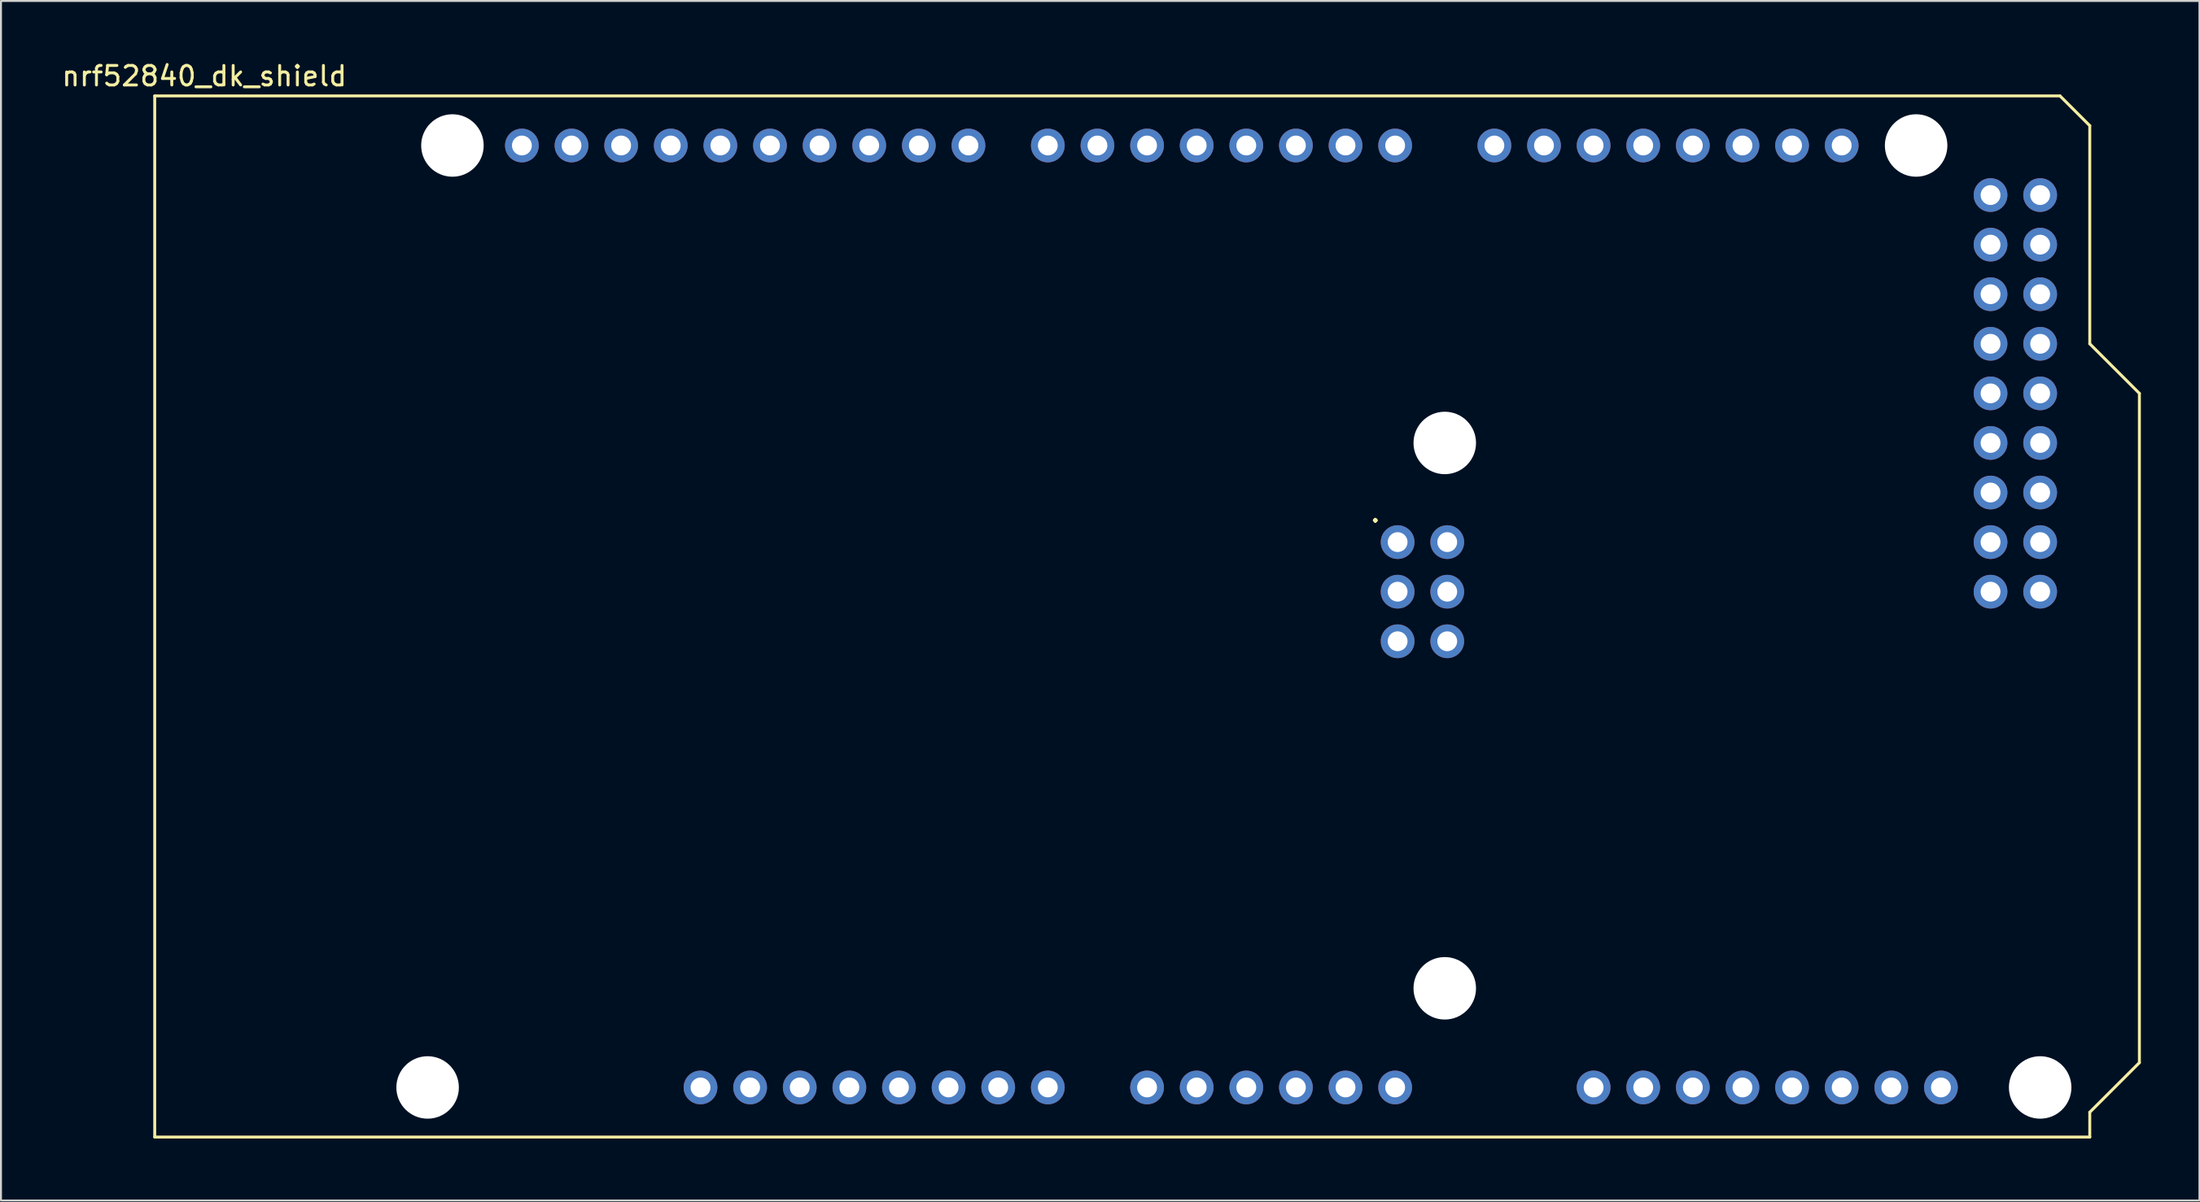
<source format=kicad_pcb>
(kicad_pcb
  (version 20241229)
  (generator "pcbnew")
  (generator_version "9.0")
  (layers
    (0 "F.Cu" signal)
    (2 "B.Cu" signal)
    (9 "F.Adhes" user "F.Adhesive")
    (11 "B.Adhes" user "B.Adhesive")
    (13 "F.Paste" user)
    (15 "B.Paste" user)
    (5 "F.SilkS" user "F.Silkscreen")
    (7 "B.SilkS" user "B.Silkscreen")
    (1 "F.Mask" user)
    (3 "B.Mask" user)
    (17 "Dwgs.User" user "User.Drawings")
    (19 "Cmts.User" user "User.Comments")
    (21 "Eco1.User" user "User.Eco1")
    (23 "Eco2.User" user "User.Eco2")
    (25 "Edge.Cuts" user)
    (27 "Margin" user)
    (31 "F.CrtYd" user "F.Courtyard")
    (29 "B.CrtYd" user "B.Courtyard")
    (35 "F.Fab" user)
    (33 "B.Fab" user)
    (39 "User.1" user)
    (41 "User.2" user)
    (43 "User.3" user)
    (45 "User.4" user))
  (footprint "nrf52840_dk_shield"
    (layer "F.Cu")
    (at 4.871 55.204)
    (property "Reference" "nrf52840_dk_shield" (at 2.54 -54.356 0) (layer "F.SilkS") (effects (font (size 1 1) (thickness 0.15))))
    (attr through_hole)
    (fp_line (start 0 -53.34) (end 0 0) (stroke (width 0.15) (type solid)) (layer "F.SilkS"))
    (fp_line (start 0 -53.34) (end 97.536 -53.34) (stroke (width 0.15) (type solid)) (layer "F.SilkS"))
    (fp_line (start 0 0) (end 99.06 0) (stroke (width 0.15) (type solid)) (layer "F.SilkS"))
    (fp_line (start 97.536 -53.34) (end 99.06 -51.816) (stroke (width 0.15) (type solid)) (layer "F.SilkS"))
    (fp_line (start 99.06 -40.64) (end 99.06 -51.816) (stroke (width 0.15) (type solid)) (layer "F.SilkS"))
    (fp_line (start 99.06 -1.27) (end 101.6 -3.81) (stroke (width 0.15) (type solid)) (layer "F.SilkS"))
    (fp_line (start 99.06 0) (end 99.06 -1.27) (stroke (width 0.15) (type solid)) (layer "F.SilkS"))
    (fp_line (start 101.6 -38.1) (end 99.06 -40.64) (stroke (width 0.15) (type solid)) (layer "F.SilkS"))
    (fp_line (start 101.6 -3.81) (end 101.6 -38.1) (stroke (width 0.15) (type solid)) (layer "F.SilkS"))
    (fp_text user "." (at 62.484 -32.004 0) (layer "F.SilkS") (effects (font (size 1 1) (thickness 0.15))))
    (pad "" np_thru_hole circle (at 13.97 -2.54) (size 3.2 3.2) (drill 3.2) (layers "*.Cu" "*.Mask"))
    (pad "" np_thru_hole circle (at 15.24 -50.8) (size 3.2 3.2) (drill 3.2) (layers "*.Cu" "*.Mask"))
    (pad "" np_thru_hole circle (at 66.04 -35.56) (size 3.2 3.2) (drill 3.2) (layers "*.Cu" "*.Mask"))
    (pad "" np_thru_hole circle (at 66.04 -7.62) (size 3.2 3.2) (drill 3.2) (layers "*.Cu" "*.Mask"))
    (pad "" np_thru_hole circle (at 90.17 -50.8) (size 3.2 3.2) (drill 3.2) (layers "*.Cu" "*.Mask"))
    (pad "" np_thru_hole circle (at 96.52 -2.54) (size 3.2 3.2) (drill 3.2) (layers "*.Cu" "*.Mask"))
    (pad "1" thru_hole oval (at 27.94 -2.54) (size 1.727 1.727) (drill 1.016) (layers "*.Cu" "*.Mask"))
    (pad "2" thru_hole oval (at 30.48 -2.54) (size 1.727 1.727) (drill 1.016) (layers "*.Cu" "*.Mask"))
    (pad "3" thru_hole oval (at 33.02 -2.54) (size 1.727 1.727) (drill 1.016) (layers "*.Cu" "*.Mask"))
    (pad "4" thru_hole oval (at 35.56 -2.54) (size 1.727 1.727) (drill 1.016) (layers "*.Cu" "*.Mask"))
    (pad "5" thru_hole oval (at 38.1 -2.54) (size 1.727 1.727) (drill 1.016) (layers "*.Cu" "*.Mask"))
    (pad "6" thru_hole oval (at 40.64 -2.54) (size 1.727 1.727) (drill 1.016) (layers "*.Cu" "*.Mask"))
    (pad "7" thru_hole oval (at 43.18 -2.54) (size 1.727 1.727) (drill 1.016) (layers "*.Cu" "*.Mask"))
    (pad "8" thru_hole oval (at 45.72 -2.54) (size 1.727 1.727) (drill 1.016) (layers "*.Cu" "*.Mask"))
    (pad "9" thru_hole oval (at 50.8 -2.54) (size 1.727 1.727) (drill 1.016) (layers "*.Cu" "*.Mask"))
    (pad "10" thru_hole oval (at 53.34 -2.54) (size 1.727 1.727) (drill 1.016) (layers "*.Cu" "*.Mask"))
    (pad "11" thru_hole oval (at 55.88 -2.54) (size 1.727 1.727) (drill 1.016) (layers "*.Cu" "*.Mask"))
    (pad "12" thru_hole oval (at 58.42 -2.54) (size 1.727 1.727) (drill 1.016) (layers "*.Cu" "*.Mask"))
    (pad "13" thru_hole oval (at 60.96 -2.54) (size 1.727 1.727) (drill 1.016) (layers "*.Cu" "*.Mask"))
    (pad "14" thru_hole oval (at 63.5 -2.54) (size 1.727 1.727) (drill 1.016) (layers "*.Cu" "*.Mask"))
    (pad "15" thru_hole oval (at 63.627 -30.48) (size 1.727 1.727) (drill 1.016) (layers "*.Cu" "*.Mask"))
    (pad "16" thru_hole oval (at 63.627 -27.94) (size 1.727 1.727) (drill 1.016) (layers "*.Cu" "*.Mask"))
    (pad "17" thru_hole oval (at 63.627 -25.4) (size 1.727 1.727) (drill 1.016) (layers "*.Cu" "*.Mask"))
    (pad "18" thru_hole oval (at 66.167 -30.48) (size 1.727 1.727) (drill 1.016) (layers "*.Cu" "*.Mask"))
    (pad "19" thru_hole oval (at 66.167 -27.94) (size 1.727 1.727) (drill 1.016) (layers "*.Cu" "*.Mask"))
    (pad "20" thru_hole oval (at 66.167 -25.4) (size 1.727 1.727) (drill 1.016) (layers "*.Cu" "*.Mask"))
    (pad "21" thru_hole oval (at 93.98 -48.26) (size 1.727 1.727) (drill 1.016) (layers "*.Cu" "*.Mask"))
    (pad "22" thru_hole oval (at 93.98 -45.72) (size 1.727 1.727) (drill 1.016) (layers "*.Cu" "*.Mask"))
    (pad "23" thru_hole oval (at 93.98 -43.18) (size 1.727 1.727) (drill 1.016) (layers "*.Cu" "*.Mask"))
    (pad "24" thru_hole oval (at 93.98 -40.64) (size 1.727 1.727) (drill 1.016) (layers "*.Cu" "*.Mask"))
    (pad "25" thru_hole oval (at 93.98 -38.1) (size 1.727 1.727) (drill 1.016) (layers "*.Cu" "*.Mask"))
    (pad "26" thru_hole oval (at 93.98 -35.56) (size 1.727 1.727) (drill 1.016) (layers "*.Cu" "*.Mask"))
    (pad "27" thru_hole oval (at 93.98 -33.02) (size 1.727 1.727) (drill 1.016) (layers "*.Cu" "*.Mask"))
    (pad "28" thru_hole oval (at 93.98 -30.48) (size 1.727 1.727) (drill 1.016) (layers "*.Cu" "*.Mask"))
    (pad "29" thru_hole oval (at 93.98 -27.94) (size 1.727 1.727) (drill 1.016) (layers "*.Cu" "*.Mask"))
    (pad "30" thru_hole oval (at 18.796 -50.8) (size 1.727 1.727) (drill 1.016) (layers "*.Cu" "*.Mask"))
    (pad "31" thru_hole oval (at 21.336 -50.8) (size 1.727 1.727) (drill 1.016) (layers "*.Cu" "*.Mask"))
    (pad "32" thru_hole oval (at 23.876 -50.8) (size 1.727 1.727) (drill 1.016) (layers "*.Cu" "*.Mask"))
    (pad "33" thru_hole oval (at 26.416 -50.8) (size 1.727 1.727) (drill 1.016) (layers "*.Cu" "*.Mask"))
    (pad "34" thru_hole oval (at 28.956 -50.8) (size 1.727 1.727) (drill 1.016) (layers "*.Cu" "*.Mask"))
    (pad "35" thru_hole oval (at 31.496 -50.8) (size 1.727 1.727) (drill 1.016) (layers "*.Cu" "*.Mask"))
    (pad "36" thru_hole oval (at 34.036 -50.8) (size 1.727 1.727) (drill 1.016) (layers "*.Cu" "*.Mask"))
    (pad "37" thru_hole oval (at 36.576 -50.8) (size 1.727 1.727) (drill 1.016) (layers "*.Cu" "*.Mask"))
    (pad "38" thru_hole oval (at 39.116 -50.8) (size 1.727 1.727) (drill 1.016) (layers "*.Cu" "*.Mask"))
    (pad "39" thru_hole oval (at 41.656 -50.8) (size 1.727 1.727) (drill 1.016) (layers "*.Cu" "*.Mask"))
    (pad "40" thru_hole oval (at 45.72 -50.8) (size 1.727 1.727) (drill 1.016) (layers "*.Cu" "*.Mask"))
    (pad "41" thru_hole oval (at 48.26 -50.8) (size 1.727 1.727) (drill 1.016) (layers "*.Cu" "*.Mask"))
    (pad "42" thru_hole oval (at 50.8 -50.8) (size 1.727 1.727) (drill 1.016) (layers "*.Cu" "*.Mask"))
    (pad "43" thru_hole oval (at 53.34 -50.8) (size 1.727 1.727) (drill 1.016) (layers "*.Cu" "*.Mask"))
    (pad "44" thru_hole oval (at 55.88 -50.8) (size 1.727 1.727) (drill 1.016) (layers "*.Cu" "*.Mask"))
    (pad "45" thru_hole oval (at 58.42 -50.8) (size 1.727 1.727) (drill 1.016) (layers "*.Cu" "*.Mask"))
    (pad "46" thru_hole oval (at 60.96 -50.8) (size 1.727 1.727) (drill 1.016) (layers "*.Cu" "*.Mask"))
    (pad "47" thru_hole oval (at 63.5 -50.8) (size 1.727 1.727) (drill 1.016) (layers "*.Cu" "*.Mask"))
    (pad "48" thru_hole oval (at 68.58 -50.8) (size 1.727 1.727) (drill 1.016) (layers "*.Cu" "*.Mask"))
    (pad "49" thru_hole oval (at 71.12 -50.8) (size 1.727 1.727) (drill 1.016) (layers "*.Cu" "*.Mask"))
    (pad "50" thru_hole oval (at 73.66 -50.8) (size 1.727 1.727) (drill 1.016) (layers "*.Cu" "*.Mask"))
    (pad "51" thru_hole oval (at 76.2 -50.8) (size 1.727 1.727) (drill 1.016) (layers "*.Cu" "*.Mask"))
    (pad "52" thru_hole oval (at 78.74 -50.8) (size 1.727 1.727) (drill 1.016) (layers "*.Cu" "*.Mask"))
    (pad "53" thru_hole oval (at 81.28 -50.8) (size 1.727 1.727) (drill 1.016) (layers "*.Cu" "*.Mask"))
    (pad "54" thru_hole oval (at 83.82 -50.8) (size 1.727 1.727) (drill 1.016) (layers "*.Cu" "*.Mask"))
    (pad "55" thru_hole oval (at 86.36 -50.8) (size 1.727 1.727) (drill 1.016) (layers "*.Cu" "*.Mask"))
    (pad "56" thru_hole oval (at 96.52 -48.26) (size 1.727 1.727) (drill 1.016) (layers "*.Cu" "*.Mask"))
    (pad "57" thru_hole oval (at 96.52 -45.72) (size 1.727 1.727) (drill 1.016) (layers "*.Cu" "*.Mask"))
    (pad "58" thru_hole oval (at 96.52 -43.18) (size 1.727 1.727) (drill 1.016) (layers "*.Cu" "*.Mask"))
    (pad "59" thru_hole oval (at 96.52 -40.64) (size 1.727 1.727) (drill 1.016) (layers "*.Cu" "*.Mask"))
    (pad "60" thru_hole oval (at 96.52 -38.1) (size 1.727 1.727) (drill 1.016) (layers "*.Cu" "*.Mask"))
    (pad "61" thru_hole oval (at 96.52 -35.56) (size 1.727 1.727) (drill 1.016) (layers "*.Cu" "*.Mask"))
    (pad "62" thru_hole oval (at 96.52 -33.02) (size 1.727 1.727) (drill 1.016) (layers "*.Cu" "*.Mask"))
    (pad "63" thru_hole oval (at 96.52 -30.48) (size 1.727 1.727) (drill 1.016) (layers "*.Cu" "*.Mask"))
    (pad "64" thru_hole oval (at 96.52 -27.94) (size 1.727 1.727) (drill 1.016) (layers "*.Cu" "*.Mask"))
    (pad "A8" thru_hole oval (at 73.66 -2.54) (size 1.727 1.727) (drill 1.016) (layers "*.Cu" "*.Mask"))
    (pad "A9" thru_hole oval (at 76.2 -2.54) (size 1.727 1.727) (drill 1.016) (layers "*.Cu" "*.Mask"))
    (pad "A10" thru_hole oval (at 78.74 -2.54) (size 1.727 1.727) (drill 1.016) (layers "*.Cu" "*.Mask"))
    (pad "A11" thru_hole oval (at 81.28 -2.54) (size 1.727 1.727) (drill 1.016) (layers "*.Cu" "*.Mask"))
    (pad "A12" thru_hole oval (at 83.82 -2.54) (size 1.727 1.727) (drill 1.016) (layers "*.Cu" "*.Mask"))
    (pad "A13" thru_hole oval (at 86.36 -2.54) (size 1.727 1.727) (drill 1.016) (layers "*.Cu" "*.Mask"))
    (pad "A14" thru_hole oval (at 88.9 -2.54) (size 1.727 1.727) (drill 1.016) (layers "*.Cu" "*.Mask"))
    (pad "A15" thru_hole oval (at 91.44 -2.54) (size 1.727 1.727) (drill 1.016) (layers "*.Cu" "*.Mask")))
  (gr_rect
    (start -3 -3)
    (end 109.546 58.454)
    (stroke (width 0.1) (type default))
    (fill no)
    (layer "Edge.Cuts")))
</source>
